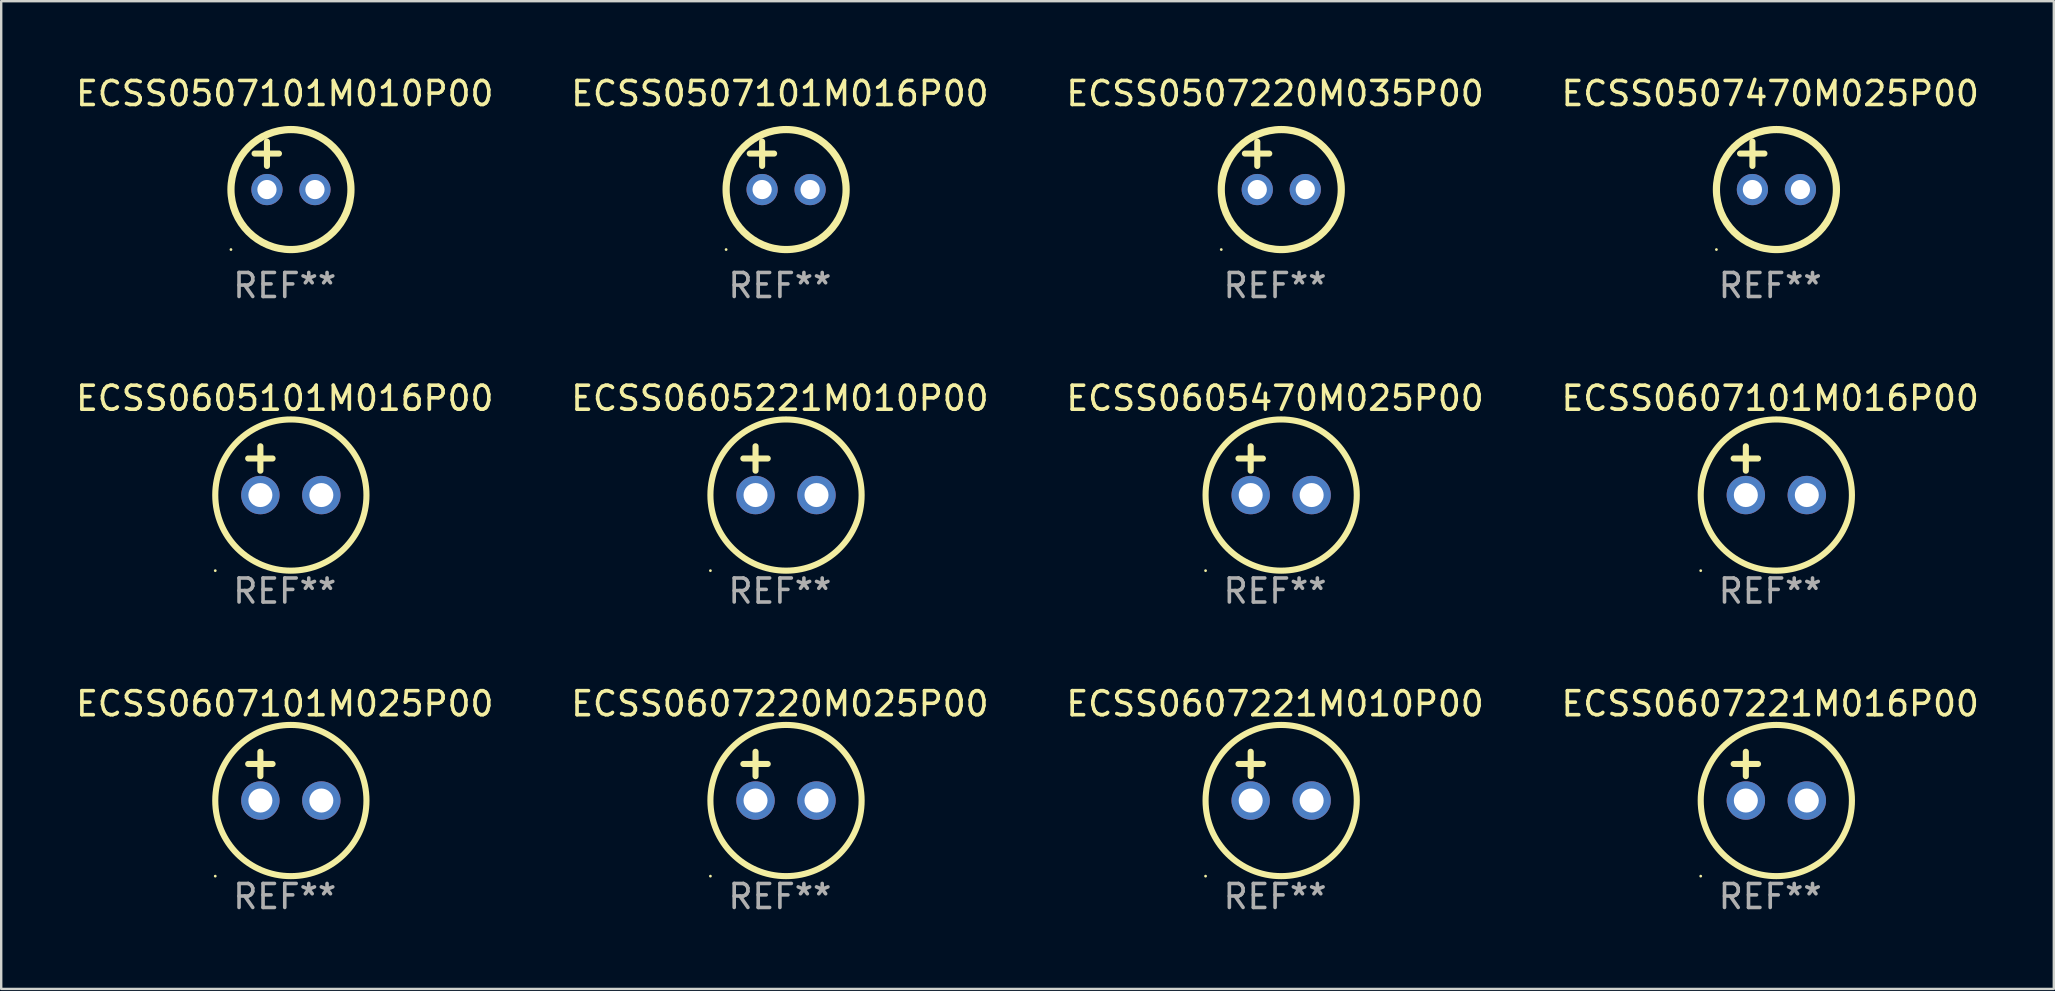
<source format=kicad_pcb>
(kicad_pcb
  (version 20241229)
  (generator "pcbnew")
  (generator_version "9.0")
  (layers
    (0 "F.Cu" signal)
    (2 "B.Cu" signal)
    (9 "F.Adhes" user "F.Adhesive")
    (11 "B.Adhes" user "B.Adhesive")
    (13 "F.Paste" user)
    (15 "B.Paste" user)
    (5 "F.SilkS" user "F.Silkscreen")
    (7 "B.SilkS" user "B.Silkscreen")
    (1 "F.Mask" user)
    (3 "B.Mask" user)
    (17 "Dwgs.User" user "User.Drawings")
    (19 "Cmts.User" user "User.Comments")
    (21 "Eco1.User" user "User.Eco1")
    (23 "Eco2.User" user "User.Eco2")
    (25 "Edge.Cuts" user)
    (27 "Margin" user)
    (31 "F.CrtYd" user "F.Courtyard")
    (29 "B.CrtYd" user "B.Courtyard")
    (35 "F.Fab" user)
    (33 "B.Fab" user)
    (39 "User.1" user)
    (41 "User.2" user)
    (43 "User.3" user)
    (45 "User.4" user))
  (footprint "ECSS0507470M025P00"
    (layer "F.Cu")
    (at 70.708 3.848)
    (property "Reference" "ECSS0507470M025P00" (at 0 -3 0) (layer "F.SilkS") (effects (font (size 1 1) (thickness 0.15))))
    (attr through_hole)
    (fp_line (start -1.258 -0.5) (end -0.242 -0.5) (stroke (width 0.254) (type solid)) (layer "F.SilkS"))
    (fp_line (start -0.742 -1) (end -0.742 0.016) (stroke (width 0.254) (type solid)) (layer "F.SilkS"))
    (fp_circle (center -2.242 3.5) (end -2.212 3.5) (stroke (width 0.06) (type solid)) (fill no) (layer "F.SilkS"))
    (fp_circle (center 0.258 1) (end 2.758 1) (stroke (width 0.3) (type solid)) (fill no) (layer "F.SilkS"))
    (fp_text user "REF**" (at 0 5 0) (layer "F.Fab") (effects (font (size 1 1) (thickness 0.15))))
    (pad "1" thru_hole circle (at -0.742 1) (size 1.3 1.3) (drill 0.8) (layers "*.Cu" "*.Mask"))
    (pad "2" thru_hole circle (at 1.258 1) (size 1.3 1.3) (drill 0.8) (layers "*.Cu" "*.Mask")))
  (footprint "ECSS0607101M016P00"
    (layer "F.Cu")
    (at 70.708 16.561)
    (property "Reference" "ECSS0607101M016P00" (at 0 -3.016 0) (layer "F.SilkS") (effects (font (size 1 1) (thickness 0.15))))
    (attr through_hole)
    (fp_line (start -1.524 -0.508) (end -0.508 -0.508) (stroke (width 0.254) (type solid)) (layer "F.SilkS"))
    (fp_line (start -1.016 -1.016) (end -1.016 0) (stroke (width 0.254) (type solid)) (layer "F.SilkS"))
    (fp_circle (center -2.896 4.166) (end -2.866 4.166) (stroke (width 0.06) (type solid)) (fill no) (layer "F.SilkS"))
    (fp_circle (center 0.254 1.016) (end 3.404 1.016) (stroke (width 0.254) (type solid)) (fill no) (layer "F.SilkS"))
    (fp_text user "REF**" (at 0 5.016 0) (layer "F.Fab") (effects (font (size 1 1) (thickness 0.15))))
    (pad "1" thru_hole circle (at -1.016 1.016) (size 1.6 1.6) (drill 1) (layers "*.Cu" "*.Mask"))
    (pad "2" thru_hole circle (at 1.524 1.016) (size 1.6 1.6) (drill 1) (layers "*.Cu" "*.Mask")))
  (footprint "ECSS0607221M016P00"
    (layer "F.Cu")
    (at 70.708 29.289)
    (property "Reference" "ECSS0607221M016P00" (at 0 -3.016 0) (layer "F.SilkS") (effects (font (size 1 1) (thickness 0.15))))
    (attr through_hole)
    (fp_line (start -1.524 -0.508) (end -0.508 -0.508) (stroke (width 0.254) (type solid)) (layer "F.SilkS"))
    (fp_line (start -1.016 -1.016) (end -1.016 0) (stroke (width 0.254) (type solid)) (layer "F.SilkS"))
    (fp_circle (center -2.896 4.166) (end -2.866 4.166) (stroke (width 0.06) (type solid)) (fill no) (layer "F.SilkS"))
    (fp_circle (center 0.254 1.016) (end 3.404 1.016) (stroke (width 0.254) (type solid)) (fill no) (layer "F.SilkS"))
    (fp_text user "REF**" (at 0 5.016 0) (layer "F.Fab") (effects (font (size 1 1) (thickness 0.15))))
    (pad "1" thru_hole circle (at -1.016 1.016) (size 1.6 1.6) (drill 1) (layers "*.Cu" "*.Mask"))
    (pad "2" thru_hole circle (at 1.524 1.016) (size 1.6 1.6) (drill 1) (layers "*.Cu" "*.Mask")))
  (footprint "ECSS0507220M035P00"
    (layer "F.Cu")
    (at 50.077 3.848)
    (property "Reference" "ECSS0507220M035P00" (at 0 -3 0) (layer "F.SilkS") (effects (font (size 1 1) (thickness 0.15))))
    (attr through_hole)
    (fp_line (start -1.258 -0.5) (end -0.242 -0.5) (stroke (width 0.254) (type solid)) (layer "F.SilkS"))
    (fp_line (start -0.742 -1) (end -0.742 0.016) (stroke (width 0.254) (type solid)) (layer "F.SilkS"))
    (fp_circle (center -2.242 3.5) (end -2.212 3.5) (stroke (width 0.06) (type solid)) (fill no) (layer "F.SilkS"))
    (fp_circle (center 0.258 1) (end 2.758 1) (stroke (width 0.3) (type solid)) (fill no) (layer "F.SilkS"))
    (fp_text user "REF**" (at 0 5 0) (layer "F.Fab") (effects (font (size 1 1) (thickness 0.15))))
    (pad "1" thru_hole circle (at -0.742 1) (size 1.3 1.3) (drill 0.8) (layers "*.Cu" "*.Mask"))
    (pad "2" thru_hole circle (at 1.258 1) (size 1.3 1.3) (drill 0.8) (layers "*.Cu" "*.Mask")))
  (footprint "ECSS0607101M025P00"
    (layer "F.Cu")
    (at 8.815 29.289)
    (property "Reference" "ECSS0607101M025P00" (at 0 -3.016 0) (layer "F.SilkS") (effects (font (size 1 1) (thickness 0.15))))
    (attr through_hole)
    (fp_line (start -1.524 -0.508) (end -0.508 -0.508) (stroke (width 0.254) (type solid)) (layer "F.SilkS"))
    (fp_line (start -1.016 -1.016) (end -1.016 0) (stroke (width 0.254) (type solid)) (layer "F.SilkS"))
    (fp_circle (center -2.896 4.166) (end -2.866 4.166) (stroke (width 0.06) (type solid)) (fill no) (layer "F.SilkS"))
    (fp_circle (center 0.254 1.016) (end 3.404 1.016) (stroke (width 0.254) (type solid)) (fill no) (layer "F.SilkS"))
    (fp_text user "REF**" (at 0 5.016 0) (layer "F.Fab") (effects (font (size 1 1) (thickness 0.15))))
    (pad "1" thru_hole circle (at -1.016 1.016) (size 1.6 1.6) (drill 1) (layers "*.Cu" "*.Mask"))
    (pad "2" thru_hole circle (at 1.524 1.016) (size 1.6 1.6) (drill 1) (layers "*.Cu" "*.Mask")))
  (footprint "ECSS0605221M010P00"
    (layer "F.Cu")
    (at 29.446 16.561)
    (property "Reference" "ECSS0605221M010P00" (at 0 -3.016 0) (layer "F.SilkS") (effects (font (size 1 1) (thickness 0.15))))
    (attr through_hole)
    (fp_line (start -1.524 -0.508) (end -0.508 -0.508) (stroke (width 0.254) (type solid)) (layer "F.SilkS"))
    (fp_line (start -1.016 -1.016) (end -1.016 0) (stroke (width 0.254) (type solid)) (layer "F.SilkS"))
    (fp_circle (center -2.896 4.166) (end -2.866 4.166) (stroke (width 0.06) (type solid)) (fill no) (layer "F.SilkS"))
    (fp_circle (center 0.254 1.016) (end 3.404 1.016) (stroke (width 0.254) (type solid)) (fill no) (layer "F.SilkS"))
    (fp_text user "REF**" (at 0 5.016 0) (layer "F.Fab") (effects (font (size 1 1) (thickness 0.15))))
    (pad "1" thru_hole circle (at -1.016 1.016) (size 1.6 1.6) (drill 1) (layers "*.Cu" "*.Mask"))
    (pad "2" thru_hole circle (at 1.524 1.016) (size 1.6 1.6) (drill 1) (layers "*.Cu" "*.Mask")))
  (footprint "ECSS0507101M010P00"
    (layer "F.Cu")
    (at 8.815 3.848)
    (property "Reference" "ECSS0507101M010P00" (at 0 -3 0) (layer "F.SilkS") (effects (font (size 1 1) (thickness 0.15))))
    (attr through_hole)
    (fp_line (start -1.258 -0.5) (end -0.242 -0.5) (stroke (width 0.254) (type solid)) (layer "F.SilkS"))
    (fp_line (start -0.742 -1) (end -0.742 0.016) (stroke (width 0.254) (type solid)) (layer "F.SilkS"))
    (fp_circle (center -2.242 3.5) (end -2.212 3.5) (stroke (width 0.06) (type solid)) (fill no) (layer "F.SilkS"))
    (fp_circle (center 0.258 1) (end 2.758 1) (stroke (width 0.3) (type solid)) (fill no) (layer "F.SilkS"))
    (fp_text user "REF**" (at 0 5 0) (layer "F.Fab") (effects (font (size 1 1) (thickness 0.15))))
    (pad "1" thru_hole circle (at -0.742 1) (size 1.3 1.3) (drill 0.8) (layers "*.Cu" "*.Mask"))
    (pad "2" thru_hole circle (at 1.258 1) (size 1.3 1.3) (drill 0.8) (layers "*.Cu" "*.Mask")))
  (footprint "ECSS0605101M016P00"
    (layer "F.Cu")
    (at 8.815 16.561)
    (property "Reference" "ECSS0605101M016P00" (at 0 -3.016 0) (layer "F.SilkS") (effects (font (size 1 1) (thickness 0.15))))
    (attr through_hole)
    (fp_line (start -1.524 -0.508) (end -0.508 -0.508) (stroke (width 0.254) (type solid)) (layer "F.SilkS"))
    (fp_line (start -1.016 -1.016) (end -1.016 0) (stroke (width 0.254) (type solid)) (layer "F.SilkS"))
    (fp_circle (center -2.896 4.166) (end -2.866 4.166) (stroke (width 0.06) (type solid)) (fill no) (layer "F.SilkS"))
    (fp_circle (center 0.254 1.016) (end 3.404 1.016) (stroke (width 0.254) (type solid)) (fill no) (layer "F.SilkS"))
    (fp_text user "REF**" (at 0 5.016 0) (layer "F.Fab") (effects (font (size 1 1) (thickness 0.15))))
    (pad "1" thru_hole circle (at -1.016 1.016) (size 1.6 1.6) (drill 1) (layers "*.Cu" "*.Mask"))
    (pad "2" thru_hole circle (at 1.524 1.016) (size 1.6 1.6) (drill 1) (layers "*.Cu" "*.Mask")))
  (footprint "ECSS0607220M025P00"
    (layer "F.Cu")
    (at 29.446 29.289)
    (property "Reference" "ECSS0607220M025P00" (at 0 -3.016 0) (layer "F.SilkS") (effects (font (size 1 1) (thickness 0.15))))
    (attr through_hole)
    (fp_line (start -1.524 -0.508) (end -0.508 -0.508) (stroke (width 0.254) (type solid)) (layer "F.SilkS"))
    (fp_line (start -1.016 -1.016) (end -1.016 0) (stroke (width 0.254) (type solid)) (layer "F.SilkS"))
    (fp_circle (center -2.896 4.166) (end -2.866 4.166) (stroke (width 0.06) (type solid)) (fill no) (layer "F.SilkS"))
    (fp_circle (center 0.254 1.016) (end 3.404 1.016) (stroke (width 0.254) (type solid)) (fill no) (layer "F.SilkS"))
    (fp_text user "REF**" (at 0 5.016 0) (layer "F.Fab") (effects (font (size 1 1) (thickness 0.15))))
    (pad "1" thru_hole circle (at -1.016 1.016) (size 1.6 1.6) (drill 1) (layers "*.Cu" "*.Mask"))
    (pad "2" thru_hole circle (at 1.524 1.016) (size 1.6 1.6) (drill 1) (layers "*.Cu" "*.Mask")))
  (footprint "ECSS0605470M025P00"
    (layer "F.Cu")
    (at 50.077 16.561)
    (property "Reference" "ECSS0605470M025P00" (at 0 -3.016 0) (layer "F.SilkS") (effects (font (size 1 1) (thickness 0.15))))
    (attr through_hole)
    (fp_line (start -1.524 -0.508) (end -0.508 -0.508) (stroke (width 0.254) (type solid)) (layer "F.SilkS"))
    (fp_line (start -1.016 -1.016) (end -1.016 0) (stroke (width 0.254) (type solid)) (layer "F.SilkS"))
    (fp_circle (center -2.896 4.166) (end -2.866 4.166) (stroke (width 0.06) (type solid)) (fill no) (layer "F.SilkS"))
    (fp_circle (center 0.254 1.016) (end 3.404 1.016) (stroke (width 0.254) (type solid)) (fill no) (layer "F.SilkS"))
    (fp_text user "REF**" (at 0 5.016 0) (layer "F.Fab") (effects (font (size 1 1) (thickness 0.15))))
    (pad "1" thru_hole circle (at -1.016 1.016) (size 1.6 1.6) (drill 1) (layers "*.Cu" "*.Mask"))
    (pad "2" thru_hole circle (at 1.524 1.016) (size 1.6 1.6) (drill 1) (layers "*.Cu" "*.Mask")))
  (footprint "ECSS0607221M010P00"
    (layer "F.Cu")
    (at 50.077 29.289)
    (property "Reference" "ECSS0607221M010P00" (at 0 -3.016 0) (layer "F.SilkS") (effects (font (size 1 1) (thickness 0.15))))
    (attr through_hole)
    (fp_line (start -1.524 -0.508) (end -0.508 -0.508) (stroke (width 0.254) (type solid)) (layer "F.SilkS"))
    (fp_line (start -1.016 -1.016) (end -1.016 0) (stroke (width 0.254) (type solid)) (layer "F.SilkS"))
    (fp_circle (center -2.896 4.166) (end -2.866 4.166) (stroke (width 0.06) (type solid)) (fill no) (layer "F.SilkS"))
    (fp_circle (center 0.254 1.016) (end 3.404 1.016) (stroke (width 0.254) (type solid)) (fill no) (layer "F.SilkS"))
    (fp_text user "REF**" (at 0 5.016 0) (layer "F.Fab") (effects (font (size 1 1) (thickness 0.15))))
    (pad "1" thru_hole circle (at -1.016 1.016) (size 1.6 1.6) (drill 1) (layers "*.Cu" "*.Mask"))
    (pad "2" thru_hole circle (at 1.524 1.016) (size 1.6 1.6) (drill 1) (layers "*.Cu" "*.Mask")))
  (footprint "ECSS0507101M016P00"
    (layer "F.Cu")
    (at 29.446 3.848)
    (property "Reference" "ECSS0507101M016P00" (at 0 -3 0) (layer "F.SilkS") (effects (font (size 1 1) (thickness 0.15))))
    (attr through_hole)
    (fp_line (start -1.258 -0.5) (end -0.242 -0.5) (stroke (width 0.254) (type solid)) (layer "F.SilkS"))
    (fp_line (start -0.742 -1) (end -0.742 0.016) (stroke (width 0.254) (type solid)) (layer "F.SilkS"))
    (fp_circle (center -2.242 3.5) (end -2.212 3.5) (stroke (width 0.06) (type solid)) (fill no) (layer "F.SilkS"))
    (fp_circle (center 0.258 1) (end 2.758 1) (stroke (width 0.3) (type solid)) (fill no) (layer "F.SilkS"))
    (fp_text user "REF**" (at 0 5 0) (layer "F.Fab") (effects (font (size 1 1) (thickness 0.15))))
    (pad "1" thru_hole circle (at -0.742 1) (size 1.3 1.3) (drill 0.8) (layers "*.Cu" "*.Mask"))
    (pad "2" thru_hole circle (at 1.258 1) (size 1.3 1.3) (drill 0.8) (layers "*.Cu" "*.Mask")))
  (gr_rect
    (start -3 -3)
    (end 82.524 38.154)
    (stroke (width 0.1) (type default))
    (fill no)
    (layer "Edge.Cuts")))
</source>
